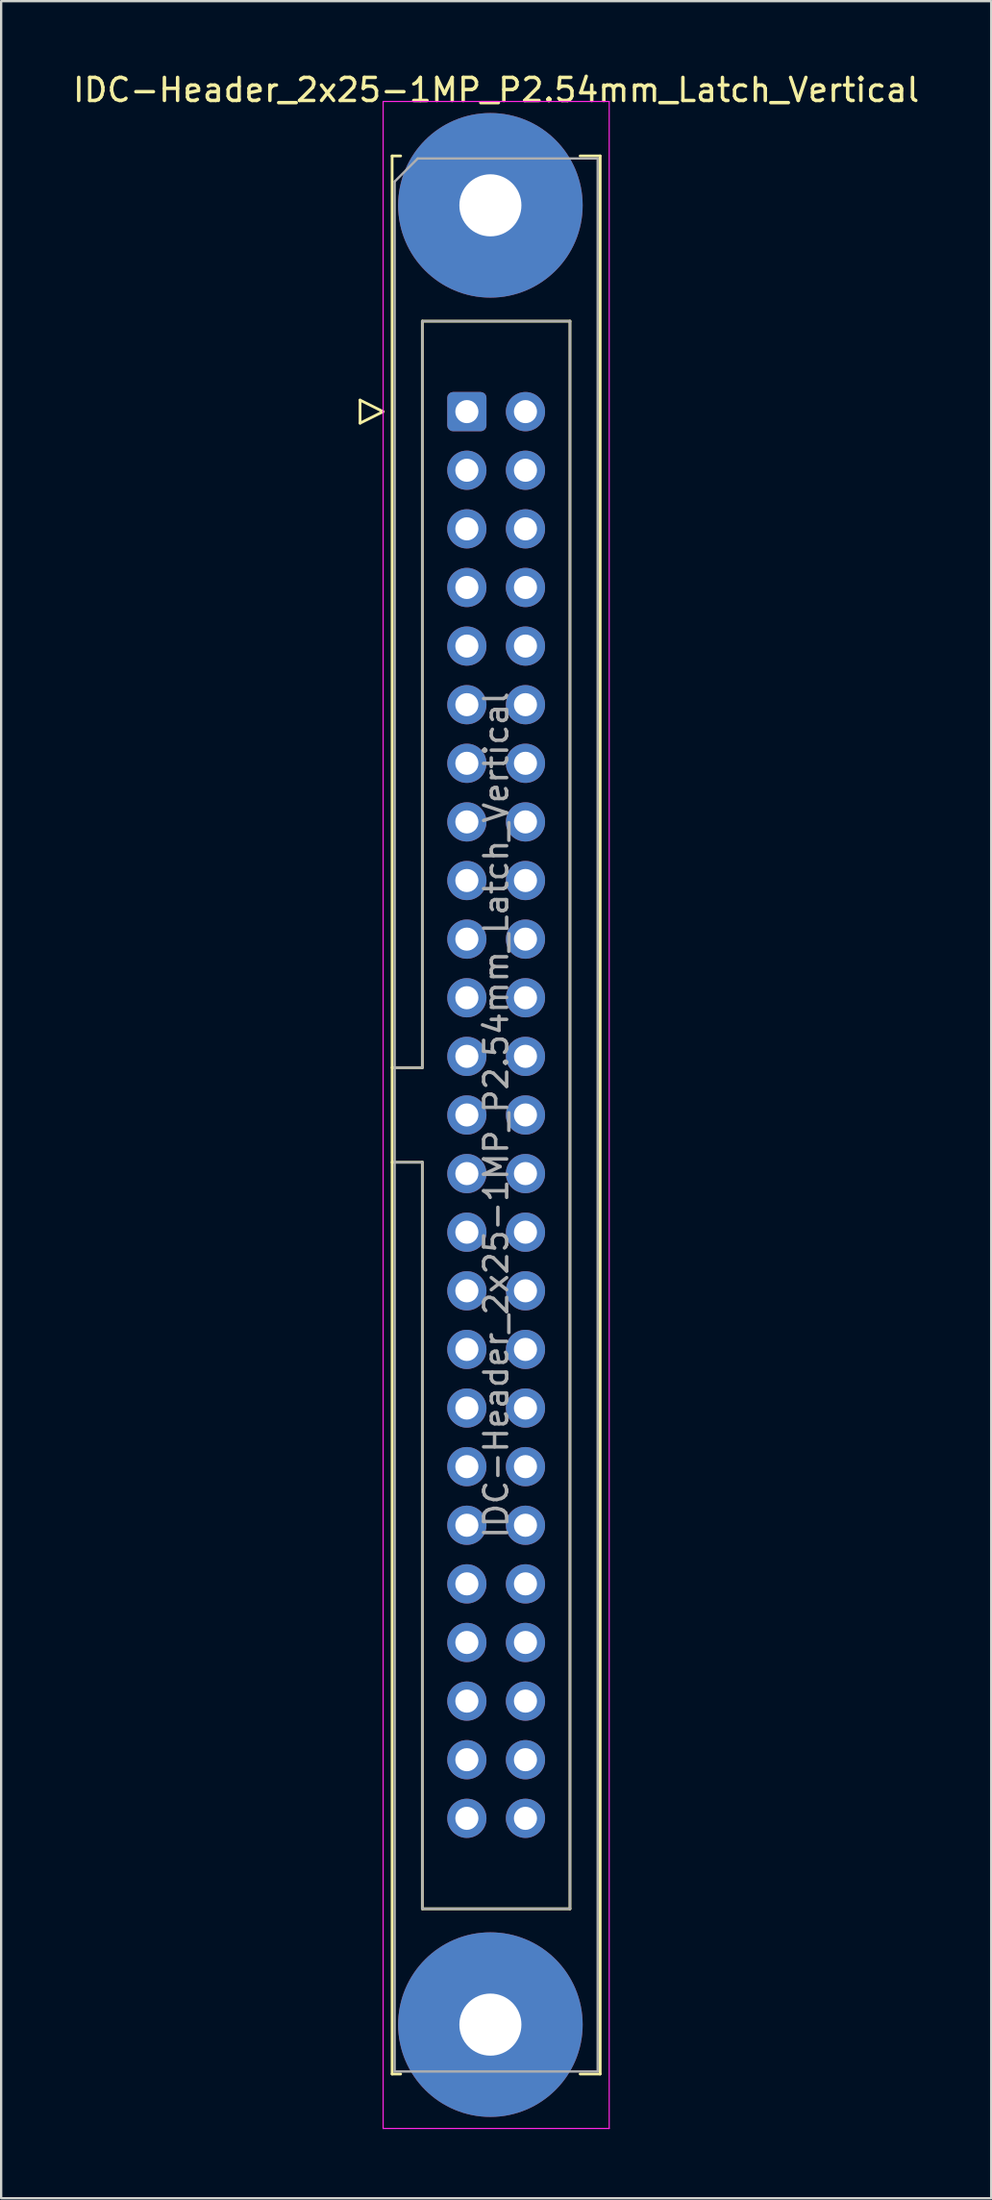
<source format=kicad_pcb>
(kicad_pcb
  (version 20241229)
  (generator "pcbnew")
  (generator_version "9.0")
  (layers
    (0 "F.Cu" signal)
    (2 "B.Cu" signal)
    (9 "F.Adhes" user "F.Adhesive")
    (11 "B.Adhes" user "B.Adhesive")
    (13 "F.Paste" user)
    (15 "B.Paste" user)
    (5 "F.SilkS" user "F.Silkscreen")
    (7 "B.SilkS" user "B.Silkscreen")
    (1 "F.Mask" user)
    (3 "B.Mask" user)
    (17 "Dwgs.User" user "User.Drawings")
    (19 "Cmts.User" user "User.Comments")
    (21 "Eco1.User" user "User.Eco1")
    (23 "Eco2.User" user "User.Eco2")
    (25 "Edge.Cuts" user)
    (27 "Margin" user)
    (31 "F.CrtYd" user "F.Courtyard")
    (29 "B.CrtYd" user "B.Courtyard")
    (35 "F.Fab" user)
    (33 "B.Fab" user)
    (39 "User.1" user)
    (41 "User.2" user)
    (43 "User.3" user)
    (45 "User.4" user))
  (footprint "IDC-Header_2x25-1MP_P2.54mm_Latch_Vertical"
    (layer "F.Cu")
    (at 17.188 14.788)
    (property "Reference" "IDC-Header_2x25-1MP_P2.54mm_Latch_Vertical" (at 1.27 -13.94 0) (layer "F.SilkS") (effects (font (size 1 1) (thickness 0.15))))
    (attr through_hole)
    (fp_line (start -4.63 -0.5) (end -4.63 0.5) (stroke (width 0.12) (type solid)) (layer "F.SilkS"))
    (fp_line (start -4.63 0.5) (end -3.63 0) (stroke (width 0.12) (type solid)) (layer "F.SilkS"))
    (fp_line (start -3.63 0) (end -4.63 -0.5) (stroke (width 0.12) (type solid)) (layer "F.SilkS"))
    (fp_line (start -3.24 -11.08) (end -3.24 72.04) (stroke (width 0.12) (type solid)) (layer "F.SilkS"))
    (fp_line (start -3.24 28.43) (end -1.93 28.43) (stroke (width 0.12) (type solid)) (layer "F.SilkS"))
    (fp_line (start -3.24 72.04) (end -2.87 72.04) (stroke (width 0.12) (type solid)) (layer "F.SilkS"))
    (fp_line (start -2.87 -11.08) (end -3.24 -11.08) (stroke (width 0.12) (type solid)) (layer "F.SilkS"))
    (fp_line (start -1.93 -3.92) (end 4.47 -3.92) (stroke (width 0.12) (type solid)) (layer "F.SilkS"))
    (fp_line (start -1.93 28.43) (end -1.93 -3.92) (stroke (width 0.12) (type solid)) (layer "F.SilkS"))
    (fp_line (start -1.93 32.53) (end -3.24 32.53) (stroke (width 0.12) (type solid)) (layer "F.SilkS"))
    (fp_line (start -1.93 32.53) (end -1.93 32.53) (stroke (width 0.12) (type solid)) (layer "F.SilkS"))
    (fp_line (start -1.93 64.88) (end -1.93 32.53) (stroke (width 0.12) (type solid)) (layer "F.SilkS"))
    (fp_line (start 4.47 -3.92) (end 4.47 64.88) (stroke (width 0.12) (type solid)) (layer "F.SilkS"))
    (fp_line (start 4.47 64.88) (end -1.93 64.88) (stroke (width 0.12) (type solid)) (layer "F.SilkS"))
    (fp_line (start 4.91 -11.08) (end 5.78 -11.08) (stroke (width 0.12) (type solid)) (layer "F.SilkS"))
    (fp_line (start 5.78 -11.08) (end 5.78 72.04) (stroke (width 0.12) (type solid)) (layer "F.SilkS"))
    (fp_line (start 5.78 72.04) (end 4.91 72.04) (stroke (width 0.12) (type solid)) (layer "F.SilkS"))
    (fp_line (start -3.63 -13.44) (end -3.63 74.4) (stroke (width 0.05) (type solid)) (layer "F.CrtYd"))
    (fp_line (start -3.63 74.4) (end 6.17 74.4) (stroke (width 0.05) (type solid)) (layer "F.CrtYd"))
    (fp_line (start 6.17 -13.44) (end -3.63 -13.44) (stroke (width 0.05) (type solid)) (layer "F.CrtYd"))
    (fp_line (start 6.17 74.4) (end 6.17 -13.44) (stroke (width 0.05) (type solid)) (layer "F.CrtYd"))
    (fp_line (start -3.13 -9.97) (end -2.13 -10.97) (stroke (width 0.1) (type solid)) (layer "F.Fab"))
    (fp_line (start -3.13 28.43) (end -1.93 28.43) (stroke (width 0.1) (type solid)) (layer "F.Fab"))
    (fp_line (start -3.13 71.93) (end -3.13 -9.97) (stroke (width 0.1) (type solid)) (layer "F.Fab"))
    (fp_line (start -2.13 -10.97) (end 5.67 -10.97) (stroke (width 0.1) (type solid)) (layer "F.Fab"))
    (fp_line (start -1.93 -3.92) (end 4.47 -3.92) (stroke (width 0.1) (type solid)) (layer "F.Fab"))
    (fp_line (start -1.93 28.43) (end -1.93 -3.92) (stroke (width 0.1) (type solid)) (layer "F.Fab"))
    (fp_line (start -1.93 32.53) (end -3.13 32.53) (stroke (width 0.1) (type solid)) (layer "F.Fab"))
    (fp_line (start -1.93 32.53) (end -1.93 32.53) (stroke (width 0.1) (type solid)) (layer "F.Fab"))
    (fp_line (start -1.93 64.88) (end -1.93 32.53) (stroke (width 0.1) (type solid)) (layer "F.Fab"))
    (fp_line (start 4.47 -3.92) (end 4.47 64.88) (stroke (width 0.1) (type solid)) (layer "F.Fab"))
    (fp_line (start 4.47 64.88) (end -1.93 64.88) (stroke (width 0.1) (type solid)) (layer "F.Fab"))
    (fp_line (start 5.67 -10.97) (end 5.67 71.93) (stroke (width 0.1) (type solid)) (layer "F.Fab"))
    (fp_line (start 5.67 71.93) (end -3.13 71.93) (stroke (width 0.1) (type solid)) (layer "F.Fab"))
    (fp_text user "${REFERENCE}" (at 1.27 30.48 90) (layer "F.Fab") (effects (font (size 1 1) (thickness 0.15))))
    (pad "1" thru_hole roundrect (at 0 0) (size 1.7 1.7) (drill 1) (layers "*.Cu" "*.Mask") (roundrect_rratio 0.147))
    (pad "2" thru_hole circle (at 2.54 0) (size 1.7 1.7) (drill 1) (layers "*.Cu" "*.Mask"))
    (pad "3" thru_hole circle (at 0 2.54) (size 1.7 1.7) (drill 1) (layers "*.Cu" "*.Mask"))
    (pad "4" thru_hole circle (at 2.54 2.54) (size 1.7 1.7) (drill 1) (layers "*.Cu" "*.Mask"))
    (pad "5" thru_hole circle (at 0 5.08) (size 1.7 1.7) (drill 1) (layers "*.Cu" "*.Mask"))
    (pad "6" thru_hole circle (at 2.54 5.08) (size 1.7 1.7) (drill 1) (layers "*.Cu" "*.Mask"))
    (pad "7" thru_hole circle (at 0 7.62) (size 1.7 1.7) (drill 1) (layers "*.Cu" "*.Mask"))
    (pad "8" thru_hole circle (at 2.54 7.62) (size 1.7 1.7) (drill 1) (layers "*.Cu" "*.Mask"))
    (pad "9" thru_hole circle (at 0 10.16) (size 1.7 1.7) (drill 1) (layers "*.Cu" "*.Mask"))
    (pad "10" thru_hole circle (at 2.54 10.16) (size 1.7 1.7) (drill 1) (layers "*.Cu" "*.Mask"))
    (pad "11" thru_hole circle (at 0 12.7) (size 1.7 1.7) (drill 1) (layers "*.Cu" "*.Mask"))
    (pad "12" thru_hole circle (at 2.54 12.7) (size 1.7 1.7) (drill 1) (layers "*.Cu" "*.Mask"))
    (pad "13" thru_hole circle (at 0 15.24) (size 1.7 1.7) (drill 1) (layers "*.Cu" "*.Mask"))
    (pad "14" thru_hole circle (at 2.54 15.24) (size 1.7 1.7) (drill 1) (layers "*.Cu" "*.Mask"))
    (pad "15" thru_hole circle (at 0 17.78) (size 1.7 1.7) (drill 1) (layers "*.Cu" "*.Mask"))
    (pad "16" thru_hole circle (at 2.54 17.78) (size 1.7 1.7) (drill 1) (layers "*.Cu" "*.Mask"))
    (pad "17" thru_hole circle (at 0 20.32) (size 1.7 1.7) (drill 1) (layers "*.Cu" "*.Mask"))
    (pad "18" thru_hole circle (at 2.54 20.32) (size 1.7 1.7) (drill 1) (layers "*.Cu" "*.Mask"))
    (pad "19" thru_hole circle (at 0 22.86) (size 1.7 1.7) (drill 1) (layers "*.Cu" "*.Mask"))
    (pad "20" thru_hole circle (at 2.54 22.86) (size 1.7 1.7) (drill 1) (layers "*.Cu" "*.Mask"))
    (pad "21" thru_hole circle (at 0 25.4) (size 1.7 1.7) (drill 1) (layers "*.Cu" "*.Mask"))
    (pad "22" thru_hole circle (at 2.54 25.4) (size 1.7 1.7) (drill 1) (layers "*.Cu" "*.Mask"))
    (pad "23" thru_hole circle (at 0 27.94) (size 1.7 1.7) (drill 1) (layers "*.Cu" "*.Mask"))
    (pad "24" thru_hole circle (at 2.54 27.94) (size 1.7 1.7) (drill 1) (layers "*.Cu" "*.Mask"))
    (pad "25" thru_hole circle (at 0 30.48) (size 1.7 1.7) (drill 1) (layers "*.Cu" "*.Mask"))
    (pad "26" thru_hole circle (at 2.54 30.48) (size 1.7 1.7) (drill 1) (layers "*.Cu" "*.Mask"))
    (pad "27" thru_hole circle (at 0 33.02) (size 1.7 1.7) (drill 1) (layers "*.Cu" "*.Mask"))
    (pad "28" thru_hole circle (at 2.54 33.02) (size 1.7 1.7) (drill 1) (layers "*.Cu" "*.Mask"))
    (pad "29" thru_hole circle (at 0 35.56) (size 1.7 1.7) (drill 1) (layers "*.Cu" "*.Mask"))
    (pad "30" thru_hole circle (at 2.54 35.56) (size 1.7 1.7) (drill 1) (layers "*.Cu" "*.Mask"))
    (pad "31" thru_hole circle (at 0 38.1) (size 1.7 1.7) (drill 1) (layers "*.Cu" "*.Mask"))
    (pad "32" thru_hole circle (at 2.54 38.1) (size 1.7 1.7) (drill 1) (layers "*.Cu" "*.Mask"))
    (pad "33" thru_hole circle (at 0 40.64) (size 1.7 1.7) (drill 1) (layers "*.Cu" "*.Mask"))
    (pad "34" thru_hole circle (at 2.54 40.64) (size 1.7 1.7) (drill 1) (layers "*.Cu" "*.Mask"))
    (pad "35" thru_hole circle (at 0 43.18) (size 1.7 1.7) (drill 1) (layers "*.Cu" "*.Mask"))
    (pad "36" thru_hole circle (at 2.54 43.18) (size 1.7 1.7) (drill 1) (layers "*.Cu" "*.Mask"))
    (pad "37" thru_hole circle (at 0 45.72) (size 1.7 1.7) (drill 1) (layers "*.Cu" "*.Mask"))
    (pad "38" thru_hole circle (at 2.54 45.72) (size 1.7 1.7) (drill 1) (layers "*.Cu" "*.Mask"))
    (pad "39" thru_hole circle (at 0 48.26) (size 1.7 1.7) (drill 1) (layers "*.Cu" "*.Mask"))
    (pad "40" thru_hole circle (at 2.54 48.26) (size 1.7 1.7) (drill 1) (layers "*.Cu" "*.Mask"))
    (pad "41" thru_hole circle (at 0 50.8) (size 1.7 1.7) (drill 1) (layers "*.Cu" "*.Mask"))
    (pad "42" thru_hole circle (at 2.54 50.8) (size 1.7 1.7) (drill 1) (layers "*.Cu" "*.Mask"))
    (pad "43" thru_hole circle (at 0 53.34) (size 1.7 1.7) (drill 1) (layers "*.Cu" "*.Mask"))
    (pad "44" thru_hole circle (at 2.54 53.34) (size 1.7 1.7) (drill 1) (layers "*.Cu" "*.Mask"))
    (pad "45" thru_hole circle (at 0 55.88) (size 1.7 1.7) (drill 1) (layers "*.Cu" "*.Mask"))
    (pad "46" thru_hole circle (at 2.54 55.88) (size 1.7 1.7) (drill 1) (layers "*.Cu" "*.Mask"))
    (pad "47" thru_hole circle (at 0 58.42) (size 1.7 1.7) (drill 1) (layers "*.Cu" "*.Mask"))
    (pad "48" thru_hole circle (at 2.54 58.42) (size 1.7 1.7) (drill 1) (layers "*.Cu" "*.Mask"))
    (pad "49" thru_hole circle (at 0 60.96) (size 1.7 1.7) (drill 1) (layers "*.Cu" "*.Mask"))
    (pad "50" thru_hole circle (at 2.54 60.96) (size 1.7 1.7) (drill 1) (layers "*.Cu" "*.Mask"))
    (pad "MP" thru_hole circle (at 1.02 -8.94) (size 8 8) (drill 2.69) (layers "*.Cu" "*.Mask"))
    (pad "MP" thru_hole circle (at 1.02 69.9) (size 8 8) (drill 2.69) (layers "*.Cu" "*.Mask")))
  (gr_rect
    (start -3 -3)
    (end 39.917 92.213)
    (stroke (width 0.1) (type default))
    (fill no)
    (layer "Edge.Cuts")))
</source>
